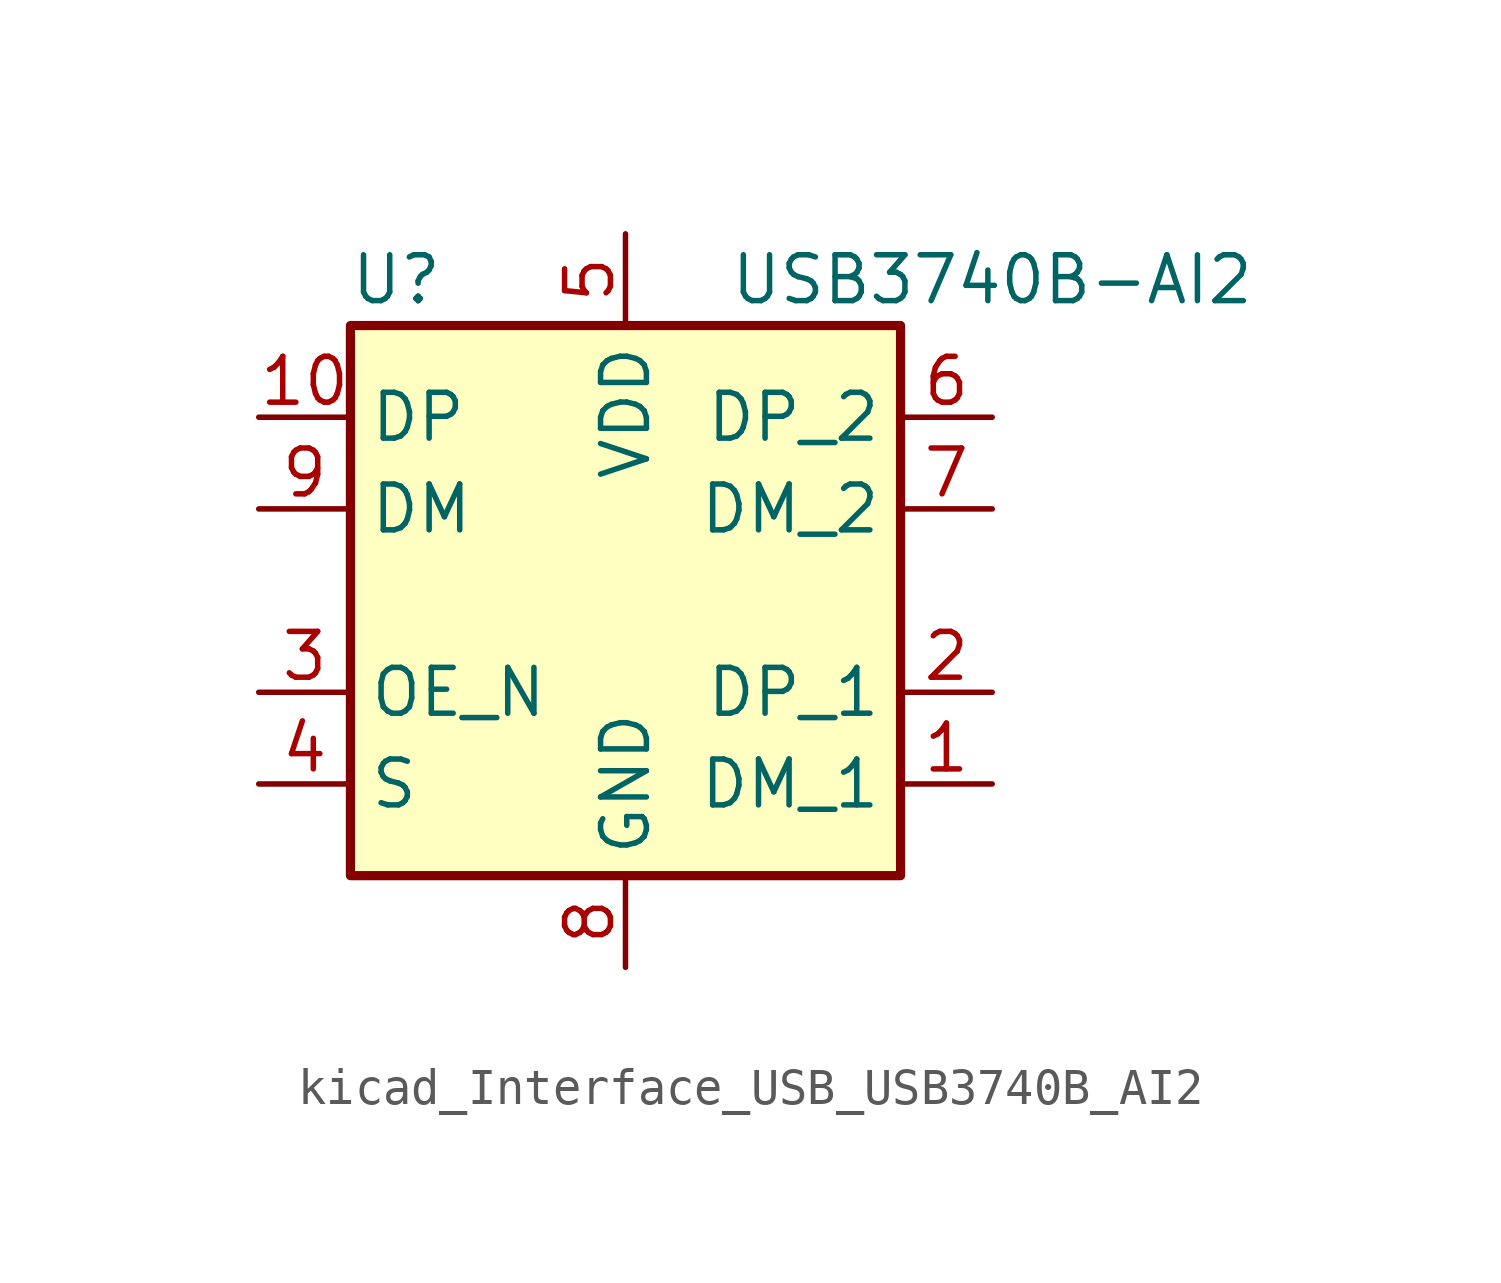
<source format=kicad_sym>
(kicad_symbol_lib
  (version 20220914)
  (generator kicad_symbol_editor)
  (symbol "kicad_Interface_USB_USB3740B_AI2"
    (property "Reference" "U"
      (at -6.35 8.89 0)
      (effects (font (size 1.27 1.27))))
    (property "Value" "USB3740B-AI2"
      (at 10.16 8.89 0)
      (effects (font (size 1.27 1.27))))
    (symbol "kicad_Interface_USB_USB3740B_AI2_0_1"
      (rectangle (start 7.62 7.62) (end -7.62 -7.62) (stroke (width 0.254) (type default)) (fill (type background))))
    (symbol "kicad_Interface_USB_USB3740B_AI2_1_1"
      (pin bidirectional line (at 10.16 -5.08 180) (length 2.54) (name "DM_1" (effects (font (size 1.27 1.27)))) (number "1" (effects (font (size 1.27 1.27)))))
      (pin bidirectional line (at -10.16 5.08 0) (length 2.54) (name "DP" (effects (font (size 1.27 1.27)))) (number "10" (effects (font (size 1.27 1.27)))))
      (pin bidirectional line (at 10.16 -2.54 180) (length 2.54) (name "DP_1" (effects (font (size 1.27 1.27)))) (number "2" (effects (font (size 1.27 1.27)))))
      (pin input line (at -10.16 -2.54 0) (length 2.54) (name "OE_N" (effects (font (size 1.27 1.27)))) (number "3" (effects (font (size 1.27 1.27)))))
      (pin input line (at -10.16 -5.08 0) (length 2.54) (name "S" (effects (font (size 1.27 1.27)))) (number "4" (effects (font (size 1.27 1.27)))))
      (pin power_in line (at 0 10.16 270) (length 2.54) (name "VDD" (effects (font (size 1.27 1.27)))) (number "5" (effects (font (size 1.27 1.27)))))
      (pin bidirectional line (at 10.16 5.08 180) (length 2.54) (name "DP_2" (effects (font (size 1.27 1.27)))) (number "6" (effects (font (size 1.27 1.27)))))
      (pin bidirectional line (at 10.16 2.54 180) (length 2.54) (name "DM_2" (effects (font (size 1.27 1.27)))) (number "7" (effects (font (size 1.27 1.27)))))
      (pin power_in line (at 0 -10.16 90) (length 2.54) (name "GND" (effects (font (size 1.27 1.27)))) (number "8" (effects (font (size 1.27 1.27)))))
      (pin bidirectional line (at -10.16 2.54 0) (length 2.54) (name "DM" (effects (font (size 1.27 1.27)))) (number "9" (effects (font (size 1.27 1.27))))))))
</source>
